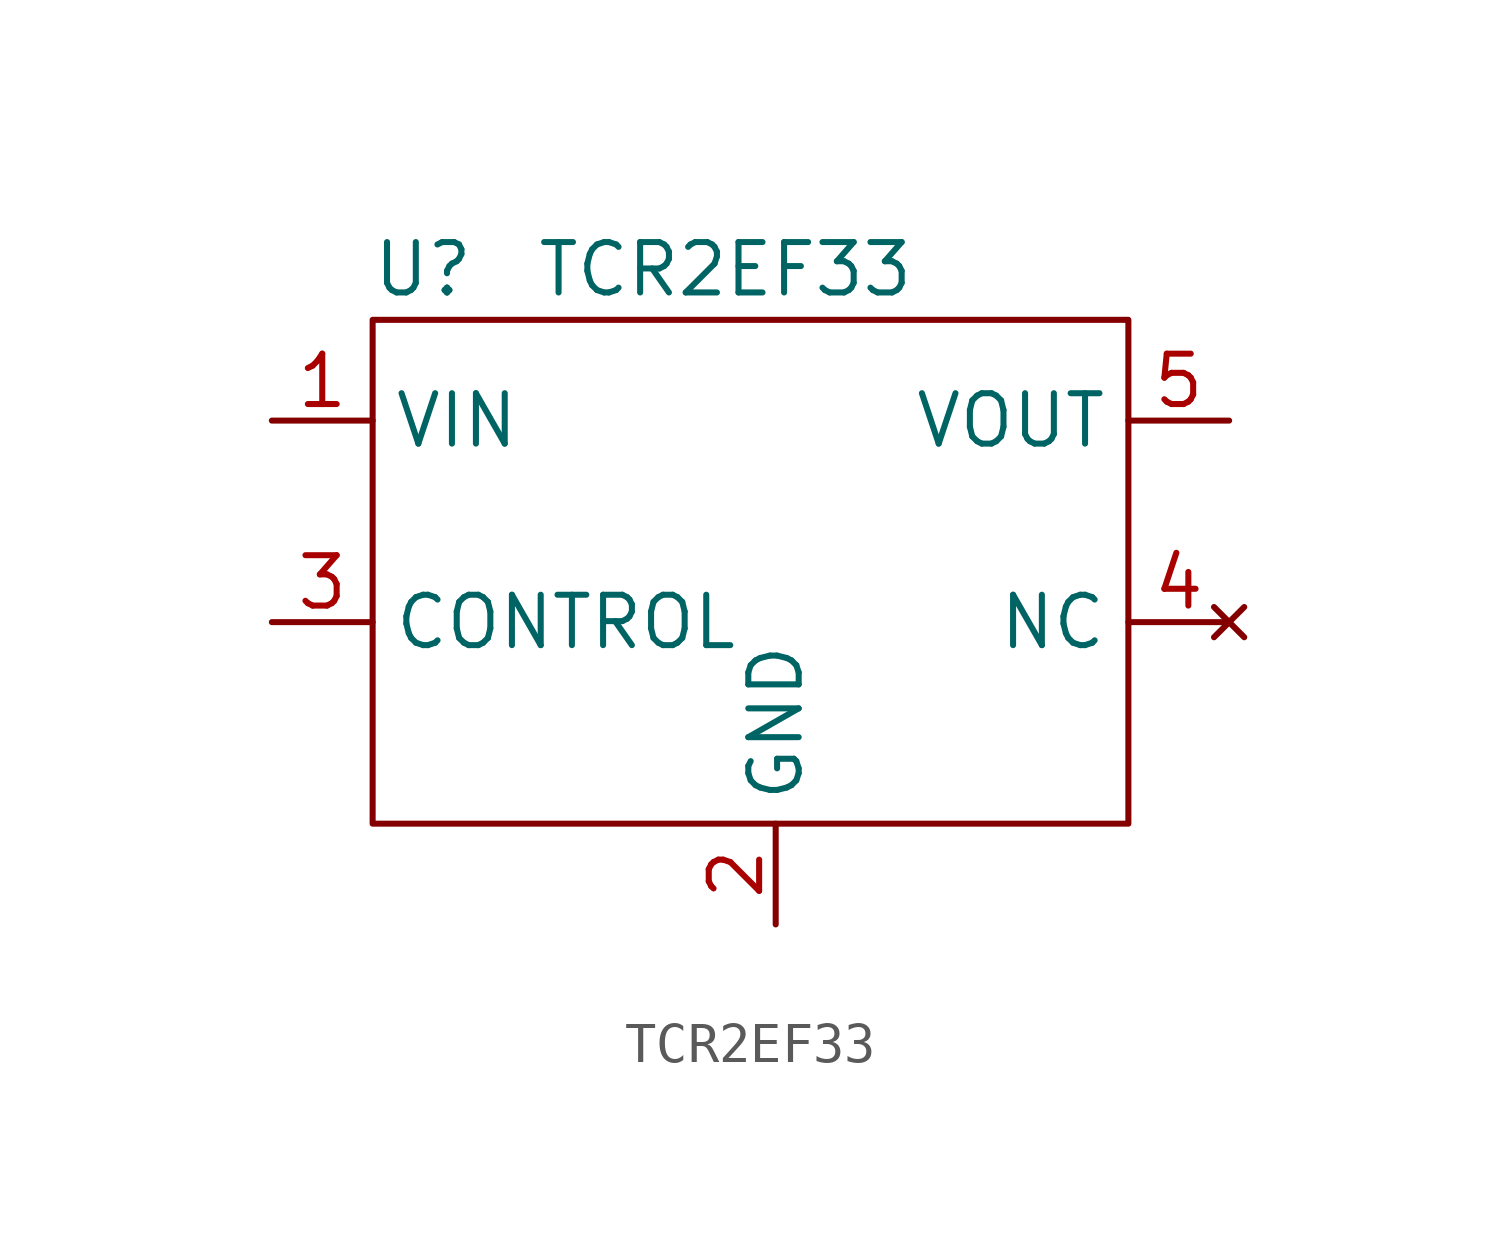
<source format=kicad_sym>
(kicad_symbol_lib
  (version 20211014)
  (generator kicad_symbol_editor)
  (symbol "TCR2EF33"
    (property "Reference" "U"
      (at -8.89 5.08 0)
      (effects (font (size 1.27 1.27))))
    (property "Value" "TCR2EF33"
      (at -1.27 5.08 0)
      (effects (font (size 1.27 1.27))))
    (symbol "TCR2EF33_0_0"
      (pin power_in line (at -12.7 1.27 0) (length 2.54) (name "VIN" (effects (font (size 1.27 1.27)))) (number "1" (effects (font (size 1.27 1.27)))))
      (pin power_in line (at 0 -11.43 90) (length 2.54) (name "GND" (effects (font (size 1.27 1.27)))) (number "2" (effects (font (size 1.27 1.27)))))
      (pin input line (at -12.7 -3.81 0) (length 2.54) (name "CONTROL" (effects (font (size 1.27 1.27)))) (number "3" (effects (font (size 1.27 1.27)))))
      (pin no_connect line (at 11.43 -3.81 180) (length 2.54) (name "NC" (effects (font (size 1.27 1.27)))) (number "4" (effects (font (size 1.27 1.27)))))
      (pin power_out line (at 11.43 1.27 180) (length 2.54) (name "VOUT" (effects (font (size 1.27 1.27)))) (number "5" (effects (font (size 1.27 1.27))))))
    (symbol "TCR2EF33_0_1"
      (rectangle (start -10.16 3.81) (end 8.89 -8.89) (stroke (width 0) (type default) (color 0 0 0 0)) (fill (type none))))))
</source>
